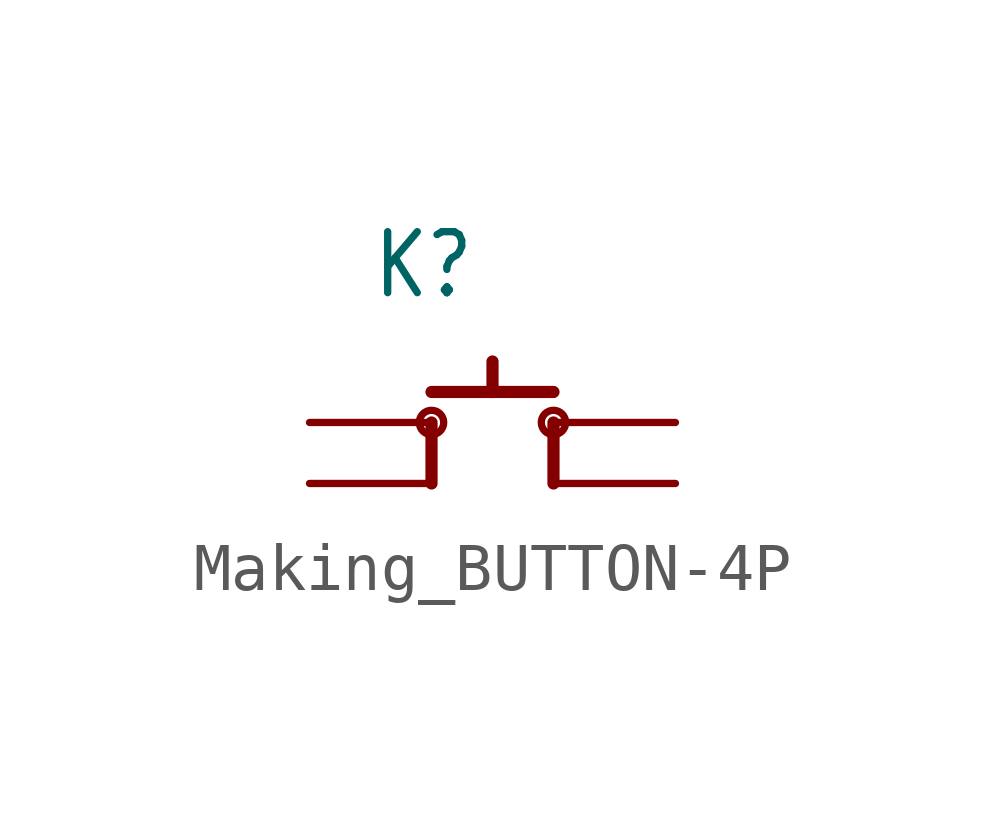
<source format=kicad_sym>
(kicad_symbol_lib
  (version 20231120)
  (generator "kicad_symbol_editor")
  (generator_version "8.0")
  (symbol "Making_BUTTON-4P"
    (property "Reference" "K"
      (at -2.54 2.54 0)
      (effects (font (size 1.27 1.079)) (justify left bottom)))
    (property "Value" ""
      (at -2.54 1.27 0)
      (effects (font (size 1.27 1.079)) (justify left bottom)))
    (property "ki_locked" ""
      (at 0 0 0)
      (effects (font (size 1.27 1.27))))
    (symbol "Making_BUTTON-4P_1_0"
      (circle (center -1.27 0) (radius 0.254) (stroke (width 0) (type solid)) (fill (type none)))
      (polyline (pts (xy -1.27 -1.27) (xy -1.27 0)) (stroke (width 0.254) (type solid)) (fill (type none)))
      (polyline (pts (xy -1.27 0.635) (xy 0 0.635)) (stroke (width 0.254) (type solid)) (fill (type none)))
      (polyline (pts (xy 0 0.635) (xy 0 1.27)) (stroke (width 0.254) (type solid)) (fill (type none)))
      (polyline (pts (xy 0 0.635) (xy 1.27 0.635)) (stroke (width 0.254) (type solid)) (fill (type none)))
      (polyline (pts (xy 1.27 0) (xy 1.27 -1.27)) (stroke (width 0.254) (type solid)) (fill (type none)))
      (circle (center 1.27 0) (radius 0.254) (stroke (width 0) (type solid)) (fill (type none)))
      (pin bidirectional line (at -3.81 0 0) (length 2.54) (name "A0" (effects (font (size 0 0)))) (number "1" (effects (font (size 0 0)))))
      (pin bidirectional line (at 3.81 0 180) (length 2.54) (name "B0" (effects (font (size 0 0)))) (number "2" (effects (font (size 0 0)))))
      (pin bidirectional line (at -3.81 -1.27 0) (length 2.54) (name "A1" (effects (font (size 0 0)))) (number "3" (effects (font (size 0 0)))))
      (pin bidirectional line (at 3.81 -1.27 180) (length 2.54) (name "B1" (effects (font (size 0 0)))) (number "4" (effects (font (size 0 0))))))))
</source>
